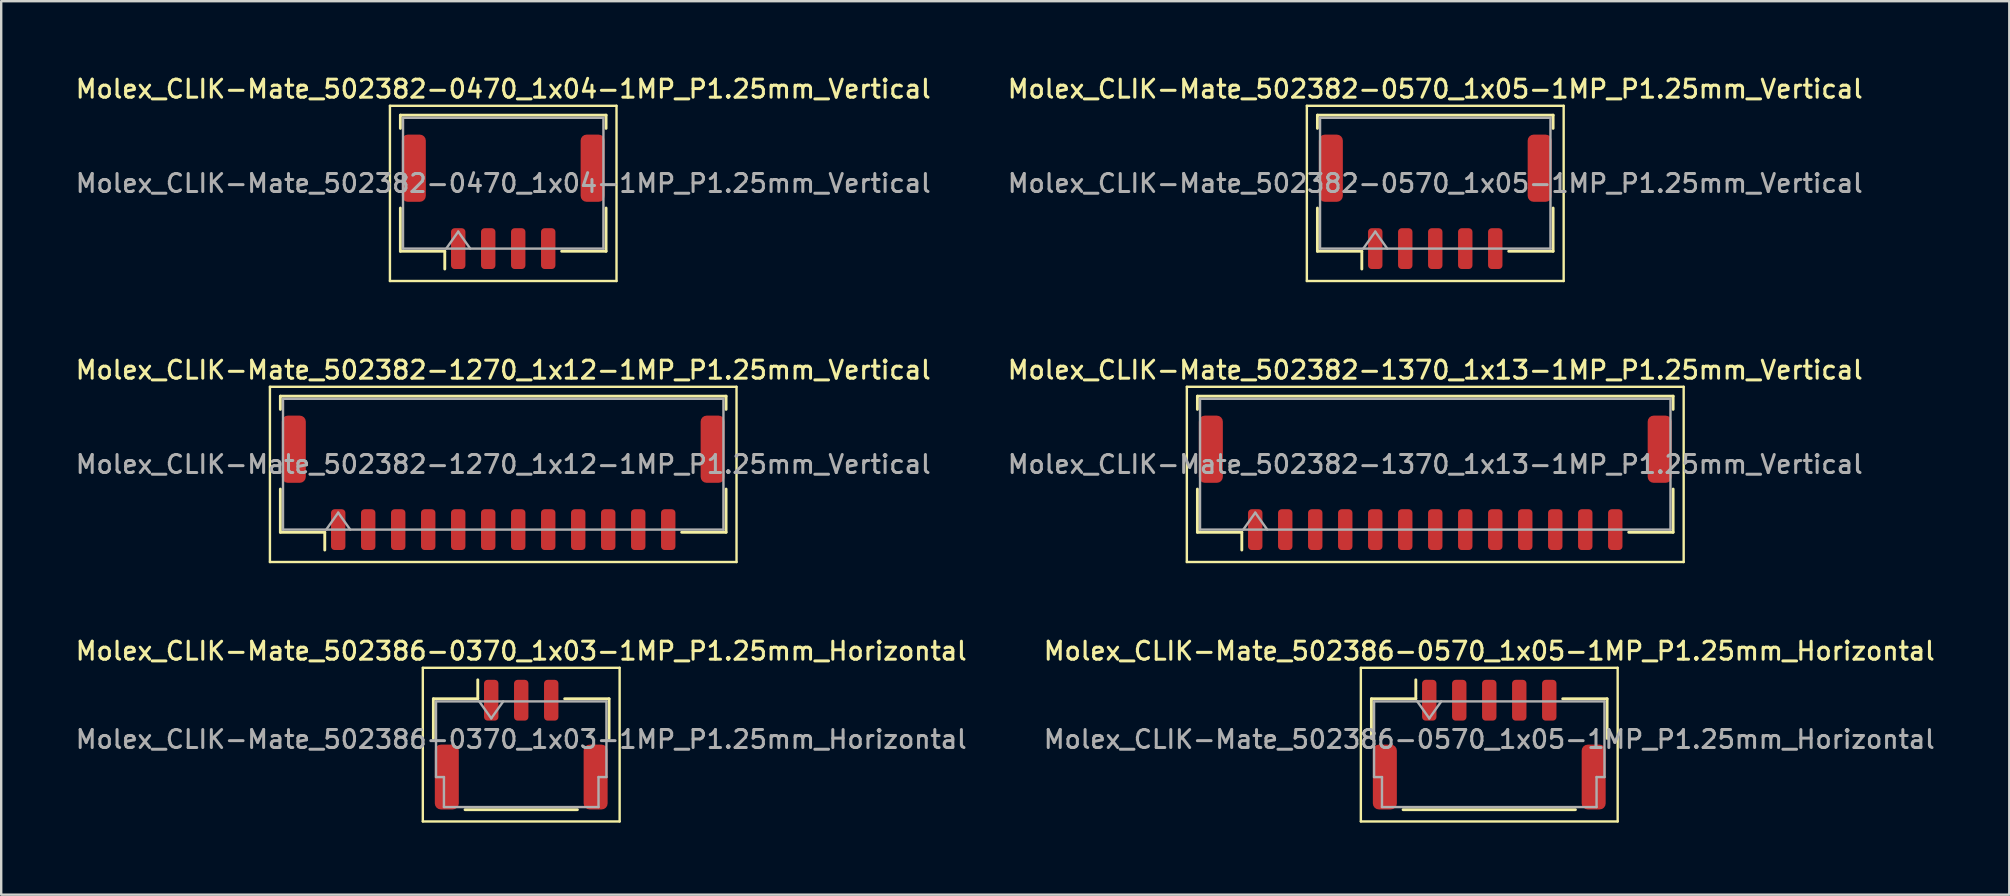
<source format=kicad_pcb>
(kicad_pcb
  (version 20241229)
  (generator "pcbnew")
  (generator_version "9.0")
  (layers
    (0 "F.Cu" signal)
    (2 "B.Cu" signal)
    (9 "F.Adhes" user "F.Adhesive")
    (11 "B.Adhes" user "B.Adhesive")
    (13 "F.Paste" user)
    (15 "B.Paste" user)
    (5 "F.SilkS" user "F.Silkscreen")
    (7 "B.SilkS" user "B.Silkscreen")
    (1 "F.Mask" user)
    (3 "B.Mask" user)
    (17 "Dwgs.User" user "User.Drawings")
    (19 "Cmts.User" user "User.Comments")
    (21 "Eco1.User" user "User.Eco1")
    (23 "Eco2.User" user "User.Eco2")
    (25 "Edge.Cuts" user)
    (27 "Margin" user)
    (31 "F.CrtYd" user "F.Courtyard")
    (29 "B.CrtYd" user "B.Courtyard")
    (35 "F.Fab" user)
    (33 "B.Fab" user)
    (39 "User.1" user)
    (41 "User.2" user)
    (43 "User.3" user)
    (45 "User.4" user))
  (footprint "Molex_CLIK-Mate_502382-1370_1x13-1MP_P1.25mm_Vertical"
    (layer "F.Cu")
    (at 56.748 17.066)
    (property "Reference" "Molex_CLIK-Mate_502382-1370_1x13-1MP_P1.25mm_Vertical" (at 0 -4.7 0) (layer "F.SilkS") (effects (font (size 0.75 0.75) (thickness 0.125))))
    (attr smd)
    (fp_line (start -10.35 -4) (end -10.35 3.3) (stroke (width 0.1) (type solid)) (layer "F.SilkS"))
    (fp_line (start -10.35 3.3) (end 10.35 3.3) (stroke (width 0.1) (type solid)) (layer "F.SilkS"))
    (fp_line (start -9.91 -3.61) (end 9.91 -3.61) (stroke (width 0.12) (type solid)) (layer "F.SilkS"))
    (fp_line (start -9.91 -3.06) (end -9.91 -3.61) (stroke (width 0.12) (type solid)) (layer "F.SilkS"))
    (fp_line (start -9.91 0.26) (end -9.91 2.06) (stroke (width 0.12) (type solid)) (layer "F.SilkS"))
    (fp_line (start -9.91 2.06) (end -8.06 2.06) (stroke (width 0.12) (type solid)) (layer "F.SilkS"))
    (fp_line (start -8.06 2.06) (end -8.06 2.8) (stroke (width 0.12) (type solid)) (layer "F.SilkS"))
    (fp_line (start 9.91 -3.61) (end 9.91 -3.06) (stroke (width 0.12) (type solid)) (layer "F.SilkS"))
    (fp_line (start 9.91 0.26) (end 9.91 2.06) (stroke (width 0.12) (type solid)) (layer "F.SilkS"))
    (fp_line (start 9.91 2.06) (end 8.06 2.06) (stroke (width 0.12) (type solid)) (layer "F.SilkS"))
    (fp_line (start 10.35 -4) (end -10.35 -4) (stroke (width 0.1) (type solid)) (layer "F.SilkS"))
    (fp_line (start 10.35 3.3) (end 10.35 -4) (stroke (width 0.1) (type solid)) (layer "F.SilkS"))
    (fp_line (start -9.8 -3.5) (end 9.8 -3.5) (stroke (width 0.1) (type solid)) (layer "F.Fab"))
    (fp_line (start -9.8 1.95) (end -9.8 -3.5) (stroke (width 0.1) (type solid)) (layer "F.Fab"))
    (fp_line (start -9.8 1.95) (end 9.8 1.95) (stroke (width 0.1) (type solid)) (layer "F.Fab"))
    (fp_line (start -8 1.95) (end -7.5 1.243) (stroke (width 0.1) (type solid)) (layer "F.Fab"))
    (fp_line (start -7.5 1.243) (end -7 1.95) (stroke (width 0.1) (type solid)) (layer "F.Fab"))
    (fp_line (start 9.8 1.95) (end 9.8 -3.5) (stroke (width 0.1) (type solid)) (layer "F.Fab"))
    (fp_text user "${REFERENCE}" (at 0 -0.77 0) (layer "F.Fab") (effects (font (size 0.75 0.75) (thickness 0.125))))
    (pad "1" smd roundrect (at -7.5 1.95) (size 0.6 1.7) (layers "F.Cu" "F.Mask" "F.Paste") (roundrect_rratio 0.25))
    (pad "2" smd roundrect (at -6.25 1.95) (size 0.6 1.7) (layers "F.Cu" "F.Mask" "F.Paste") (roundrect_rratio 0.25))
    (pad "3" smd roundrect (at -5 1.95) (size 0.6 1.7) (layers "F.Cu" "F.Mask" "F.Paste") (roundrect_rratio 0.25))
    (pad "4" smd roundrect (at -3.75 1.95) (size 0.6 1.7) (layers "F.Cu" "F.Mask" "F.Paste") (roundrect_rratio 0.25))
    (pad "5" smd roundrect (at -2.5 1.95) (size 0.6 1.7) (layers "F.Cu" "F.Mask" "F.Paste") (roundrect_rratio 0.25))
    (pad "6" smd roundrect (at -1.25 1.95) (size 0.6 1.7) (layers "F.Cu" "F.Mask" "F.Paste") (roundrect_rratio 0.25))
    (pad "7" smd roundrect (at 0 1.95) (size 0.6 1.7) (layers "F.Cu" "F.Mask" "F.Paste") (roundrect_rratio 0.25))
    (pad "8" smd roundrect (at 1.25 1.95) (size 0.6 1.7) (layers "F.Cu" "F.Mask" "F.Paste") (roundrect_rratio 0.25))
    (pad "9" smd roundrect (at 2.5 1.95) (size 0.6 1.7) (layers "F.Cu" "F.Mask" "F.Paste") (roundrect_rratio 0.25))
    (pad "10" smd roundrect (at 3.75 1.95) (size 0.6 1.7) (layers "F.Cu" "F.Mask" "F.Paste") (roundrect_rratio 0.25))
    (pad "11" smd roundrect (at 5 1.95) (size 0.6 1.7) (layers "F.Cu" "F.Mask" "F.Paste") (roundrect_rratio 0.25))
    (pad "12" smd roundrect (at 6.25 1.95) (size 0.6 1.7) (layers "F.Cu" "F.Mask" "F.Paste") (roundrect_rratio 0.25))
    (pad "13" smd roundrect (at 7.5 1.95) (size 0.6 1.7) (layers "F.Cu" "F.Mask" "F.Paste") (roundrect_rratio 0.25))
    (pad "MP" smd roundrect (at -9.35 -1.4) (size 1 2.8) (layers "F.Cu" "F.Mask" "F.Paste") (roundrect_rratio 0.25))
    (pad "MP" smd roundrect (at 9.35 -1.4) (size 1 2.8) (layers "F.Cu" "F.Mask" "F.Paste") (roundrect_rratio 0.25)))
  (footprint "Molex_CLIK-Mate_502382-0570_1x05-1MP_P1.25mm_Vertical"
    (layer "F.Cu")
    (at 56.748 5.358)
    (property "Reference" "Molex_CLIK-Mate_502382-0570_1x05-1MP_P1.25mm_Vertical" (at 0 -4.7 0) (layer "F.SilkS") (effects (font (size 0.75 0.75) (thickness 0.125))))
    (attr smd)
    (fp_line (start -5.35 -4) (end -5.35 3.3) (stroke (width 0.1) (type solid)) (layer "F.SilkS"))
    (fp_line (start -5.35 3.3) (end 5.35 3.3) (stroke (width 0.1) (type solid)) (layer "F.SilkS"))
    (fp_line (start -4.91 -3.61) (end 4.91 -3.61) (stroke (width 0.12) (type solid)) (layer "F.SilkS"))
    (fp_line (start -4.91 -3.06) (end -4.91 -3.61) (stroke (width 0.12) (type solid)) (layer "F.SilkS"))
    (fp_line (start -4.91 0.26) (end -4.91 2.06) (stroke (width 0.12) (type solid)) (layer "F.SilkS"))
    (fp_line (start -4.91 2.06) (end -3.06 2.06) (stroke (width 0.12) (type solid)) (layer "F.SilkS"))
    (fp_line (start -3.06 2.06) (end -3.06 2.8) (stroke (width 0.12) (type solid)) (layer "F.SilkS"))
    (fp_line (start 4.91 -3.61) (end 4.91 -3.06) (stroke (width 0.12) (type solid)) (layer "F.SilkS"))
    (fp_line (start 4.91 0.26) (end 4.91 2.06) (stroke (width 0.12) (type solid)) (layer "F.SilkS"))
    (fp_line (start 4.91 2.06) (end 3.06 2.06) (stroke (width 0.12) (type solid)) (layer "F.SilkS"))
    (fp_line (start 5.35 -4) (end -5.35 -4) (stroke (width 0.1) (type solid)) (layer "F.SilkS"))
    (fp_line (start 5.35 3.3) (end 5.35 -4) (stroke (width 0.1) (type solid)) (layer "F.SilkS"))
    (fp_line (start -4.8 -3.5) (end 4.8 -3.5) (stroke (width 0.1) (type solid)) (layer "F.Fab"))
    (fp_line (start -4.8 1.95) (end -4.8 -3.5) (stroke (width 0.1) (type solid)) (layer "F.Fab"))
    (fp_line (start -4.8 1.95) (end 4.8 1.95) (stroke (width 0.1) (type solid)) (layer "F.Fab"))
    (fp_line (start -3 1.95) (end -2.5 1.243) (stroke (width 0.1) (type solid)) (layer "F.Fab"))
    (fp_line (start -2.5 1.243) (end -2 1.95) (stroke (width 0.1) (type solid)) (layer "F.Fab"))
    (fp_line (start 4.8 1.95) (end 4.8 -3.5) (stroke (width 0.1) (type solid)) (layer "F.Fab"))
    (fp_text user "${REFERENCE}" (at 0 -0.77 0) (layer "F.Fab") (effects (font (size 0.75 0.75) (thickness 0.125))))
    (pad "1" smd roundrect (at -2.5 1.95) (size 0.6 1.7) (layers "F.Cu" "F.Mask" "F.Paste") (roundrect_rratio 0.25))
    (pad "2" smd roundrect (at -1.25 1.95) (size 0.6 1.7) (layers "F.Cu" "F.Mask" "F.Paste") (roundrect_rratio 0.25))
    (pad "3" smd roundrect (at 0 1.95) (size 0.6 1.7) (layers "F.Cu" "F.Mask" "F.Paste") (roundrect_rratio 0.25))
    (pad "4" smd roundrect (at 1.25 1.95) (size 0.6 1.7) (layers "F.Cu" "F.Mask" "F.Paste") (roundrect_rratio 0.25))
    (pad "5" smd roundrect (at 2.5 1.95) (size 0.6 1.7) (layers "F.Cu" "F.Mask" "F.Paste") (roundrect_rratio 0.25))
    (pad "MP" smd roundrect (at -4.35 -1.4) (size 1 2.8) (layers "F.Cu" "F.Mask" "F.Paste") (roundrect_rratio 0.25))
    (pad "MP" smd roundrect (at 4.35 -1.4) (size 1 2.8) (layers "F.Cu" "F.Mask" "F.Paste") (roundrect_rratio 0.25)))
  (footprint "Molex_CLIK-Mate_502386-0570_1x05-1MP_P1.25mm_Horizontal"
    (layer "F.Cu")
    (at 58.998 27.974)
    (property "Reference" "Molex_CLIK-Mate_502386-0570_1x05-1MP_P1.25mm_Horizontal" (at 0 -3.9 0) (layer "F.SilkS") (effects (font (size 0.75 0.75) (thickness 0.125))))
    (attr smd)
    (fp_line (start -5.35 -3.2) (end -5.35 3.2) (stroke (width 0.1) (type solid)) (layer "F.SilkS"))
    (fp_line (start -5.35 3.2) (end 5.35 3.2) (stroke (width 0.1) (type solid)) (layer "F.SilkS"))
    (fp_line (start -4.91 -1.91) (end -3.06 -1.91) (stroke (width 0.12) (type solid)) (layer "F.SilkS"))
    (fp_line (start -4.91 -0.26) (end -4.91 -1.91) (stroke (width 0.12) (type solid)) (layer "F.SilkS"))
    (fp_line (start -3.59 2.71) (end 3.59 2.71) (stroke (width 0.12) (type solid)) (layer "F.SilkS"))
    (fp_line (start -3.06 -1.91) (end -3.06 -2.7) (stroke (width 0.12) (type solid)) (layer "F.SilkS"))
    (fp_line (start 4.91 -1.91) (end 3.06 -1.91) (stroke (width 0.12) (type solid)) (layer "F.SilkS"))
    (fp_line (start 4.91 -0.26) (end 4.91 -1.91) (stroke (width 0.12) (type solid)) (layer "F.SilkS"))
    (fp_line (start 5.35 -3.2) (end -5.35 -3.2) (stroke (width 0.1) (type solid)) (layer "F.SilkS"))
    (fp_line (start 5.35 3.2) (end 5.35 -3.2) (stroke (width 0.1) (type solid)) (layer "F.SilkS"))
    (fp_line (start -4.8 -1.8) (end -4.8 1.35) (stroke (width 0.1) (type solid)) (layer "F.Fab"))
    (fp_line (start -4.8 -1.8) (end 4.8 -1.8) (stroke (width 0.1) (type solid)) (layer "F.Fab"))
    (fp_line (start -4.8 1.35) (end -4.47 1.35) (stroke (width 0.1) (type solid)) (layer "F.Fab"))
    (fp_line (start -4.47 1.35) (end -4.47 2.6) (stroke (width 0.1) (type solid)) (layer "F.Fab"))
    (fp_line (start -4.47 2.6) (end 4.47 2.6) (stroke (width 0.1) (type solid)) (layer "F.Fab"))
    (fp_line (start -3 -1.8) (end -2.5 -1.093) (stroke (width 0.1) (type solid)) (layer "F.Fab"))
    (fp_line (start -2.5 -1.093) (end -2 -1.8) (stroke (width 0.1) (type solid)) (layer "F.Fab"))
    (fp_line (start 4.47 1.35) (end 4.8 1.35) (stroke (width 0.1) (type solid)) (layer "F.Fab"))
    (fp_line (start 4.47 2.6) (end 4.47 1.35) (stroke (width 0.1) (type solid)) (layer "F.Fab"))
    (fp_line (start 4.8 -1.8) (end 4.8 1.35) (stroke (width 0.1) (type solid)) (layer "F.Fab"))
    (fp_text user "${REFERENCE}" (at 0 -0.22 0) (layer "F.Fab") (effects (font (size 0.75 0.75) (thickness 0.125))))
    (pad "1" smd roundrect (at -2.5 -1.85) (size 0.6 1.7) (layers "F.Cu" "F.Mask" "F.Paste") (roundrect_rratio 0.25))
    (pad "2" smd roundrect (at -1.25 -1.85) (size 0.6 1.7) (layers "F.Cu" "F.Mask" "F.Paste") (roundrect_rratio 0.25))
    (pad "3" smd roundrect (at 0 -1.85) (size 0.6 1.7) (layers "F.Cu" "F.Mask" "F.Paste") (roundrect_rratio 0.25))
    (pad "4" smd roundrect (at 1.25 -1.85) (size 0.6 1.7) (layers "F.Cu" "F.Mask" "F.Paste") (roundrect_rratio 0.25))
    (pad "5" smd roundrect (at 2.5 -1.85) (size 0.6 1.7) (layers "F.Cu" "F.Mask" "F.Paste") (roundrect_rratio 0.25))
    (pad "MP" smd roundrect (at -4.35 1.35) (size 1 2.7) (layers "F.Cu" "F.Mask" "F.Paste") (roundrect_rratio 0.25))
    (pad "MP" smd roundrect (at 4.35 1.35) (size 1 2.7) (layers "F.Cu" "F.Mask" "F.Paste") (roundrect_rratio 0.25)))
  (footprint "Molex_CLIK-Mate_502382-1270_1x12-1MP_P1.25mm_Vertical"
    (layer "F.Cu")
    (at 17.916 17.066)
    (property "Reference" "Molex_CLIK-Mate_502382-1270_1x12-1MP_P1.25mm_Vertical" (at 0 -4.7 0) (layer "F.SilkS") (effects (font (size 0.75 0.75) (thickness 0.125))))
    (attr smd)
    (fp_line (start -9.72 -4) (end -9.72 3.3) (stroke (width 0.1) (type solid)) (layer "F.SilkS"))
    (fp_line (start -9.72 3.3) (end 9.72 3.3) (stroke (width 0.1) (type solid)) (layer "F.SilkS"))
    (fp_line (start -9.285 -3.61) (end 9.285 -3.61) (stroke (width 0.12) (type solid)) (layer "F.SilkS"))
    (fp_line (start -9.285 -3.06) (end -9.285 -3.61) (stroke (width 0.12) (type solid)) (layer "F.SilkS"))
    (fp_line (start -9.285 0.26) (end -9.285 2.06) (stroke (width 0.12) (type solid)) (layer "F.SilkS"))
    (fp_line (start -9.285 2.06) (end -7.435 2.06) (stroke (width 0.12) (type solid)) (layer "F.SilkS"))
    (fp_line (start -7.435 2.06) (end -7.435 2.8) (stroke (width 0.12) (type solid)) (layer "F.SilkS"))
    (fp_line (start 9.285 -3.61) (end 9.285 -3.06) (stroke (width 0.12) (type solid)) (layer "F.SilkS"))
    (fp_line (start 9.285 0.26) (end 9.285 2.06) (stroke (width 0.12) (type solid)) (layer "F.SilkS"))
    (fp_line (start 9.285 2.06) (end 7.435 2.06) (stroke (width 0.12) (type solid)) (layer "F.SilkS"))
    (fp_line (start 9.72 -4) (end -9.72 -4) (stroke (width 0.1) (type solid)) (layer "F.SilkS"))
    (fp_line (start 9.72 3.3) (end 9.72 -4) (stroke (width 0.1) (type solid)) (layer "F.SilkS"))
    (fp_line (start -9.175 -3.5) (end 9.175 -3.5) (stroke (width 0.1) (type solid)) (layer "F.Fab"))
    (fp_line (start -9.175 1.95) (end -9.175 -3.5) (stroke (width 0.1) (type solid)) (layer "F.Fab"))
    (fp_line (start -9.175 1.95) (end 9.175 1.95) (stroke (width 0.1) (type solid)) (layer "F.Fab"))
    (fp_line (start -7.375 1.95) (end -6.875 1.243) (stroke (width 0.1) (type solid)) (layer "F.Fab"))
    (fp_line (start -6.875 1.243) (end -6.375 1.95) (stroke (width 0.1) (type solid)) (layer "F.Fab"))
    (fp_line (start 9.175 1.95) (end 9.175 -3.5) (stroke (width 0.1) (type solid)) (layer "F.Fab"))
    (fp_text user "${REFERENCE}" (at 0 -0.77 0) (layer "F.Fab") (effects (font (size 0.75 0.75) (thickness 0.125))))
    (pad "1" smd roundrect (at -6.875 1.95) (size 0.6 1.7) (layers "F.Cu" "F.Mask" "F.Paste") (roundrect_rratio 0.25))
    (pad "2" smd roundrect (at -5.625 1.95) (size 0.6 1.7) (layers "F.Cu" "F.Mask" "F.Paste") (roundrect_rratio 0.25))
    (pad "3" smd roundrect (at -4.375 1.95) (size 0.6 1.7) (layers "F.Cu" "F.Mask" "F.Paste") (roundrect_rratio 0.25))
    (pad "4" smd roundrect (at -3.125 1.95) (size 0.6 1.7) (layers "F.Cu" "F.Mask" "F.Paste") (roundrect_rratio 0.25))
    (pad "5" smd roundrect (at -1.875 1.95) (size 0.6 1.7) (layers "F.Cu" "F.Mask" "F.Paste") (roundrect_rratio 0.25))
    (pad "6" smd roundrect (at -0.625 1.95) (size 0.6 1.7) (layers "F.Cu" "F.Mask" "F.Paste") (roundrect_rratio 0.25))
    (pad "7" smd roundrect (at 0.625 1.95) (size 0.6 1.7) (layers "F.Cu" "F.Mask" "F.Paste") (roundrect_rratio 0.25))
    (pad "8" smd roundrect (at 1.875 1.95) (size 0.6 1.7) (layers "F.Cu" "F.Mask" "F.Paste") (roundrect_rratio 0.25))
    (pad "9" smd roundrect (at 3.125 1.95) (size 0.6 1.7) (layers "F.Cu" "F.Mask" "F.Paste") (roundrect_rratio 0.25))
    (pad "10" smd roundrect (at 4.375 1.95) (size 0.6 1.7) (layers "F.Cu" "F.Mask" "F.Paste") (roundrect_rratio 0.25))
    (pad "11" smd roundrect (at 5.625 1.95) (size 0.6 1.7) (layers "F.Cu" "F.Mask" "F.Paste") (roundrect_rratio 0.25))
    (pad "12" smd roundrect (at 6.875 1.95) (size 0.6 1.7) (layers "F.Cu" "F.Mask" "F.Paste") (roundrect_rratio 0.25))
    (pad "MP" smd roundrect (at -8.725 -1.4) (size 1 2.8) (layers "F.Cu" "F.Mask" "F.Paste") (roundrect_rratio 0.25))
    (pad "MP" smd roundrect (at 8.725 -1.4) (size 1 2.8) (layers "F.Cu" "F.Mask" "F.Paste") (roundrect_rratio 0.25)))
  (footprint "Molex_CLIK-Mate_502382-0470_1x04-1MP_P1.25mm_Vertical"
    (layer "F.Cu")
    (at 17.916 5.358)
    (property "Reference" "Molex_CLIK-Mate_502382-0470_1x04-1MP_P1.25mm_Vertical" (at 0 -4.7 0) (layer "F.SilkS") (effects (font (size 0.75 0.75) (thickness 0.125))))
    (attr smd)
    (fp_line (start -4.72 -4) (end -4.72 3.3) (stroke (width 0.1) (type solid)) (layer "F.SilkS"))
    (fp_line (start -4.72 3.3) (end 4.72 3.3) (stroke (width 0.1) (type solid)) (layer "F.SilkS"))
    (fp_line (start -4.285 -3.61) (end 4.285 -3.61) (stroke (width 0.12) (type solid)) (layer "F.SilkS"))
    (fp_line (start -4.285 -3.06) (end -4.285 -3.61) (stroke (width 0.12) (type solid)) (layer "F.SilkS"))
    (fp_line (start -4.285 0.26) (end -4.285 2.06) (stroke (width 0.12) (type solid)) (layer "F.SilkS"))
    (fp_line (start -4.285 2.06) (end -2.435 2.06) (stroke (width 0.12) (type solid)) (layer "F.SilkS"))
    (fp_line (start -2.435 2.06) (end -2.435 2.8) (stroke (width 0.12) (type solid)) (layer "F.SilkS"))
    (fp_line (start 4.285 -3.61) (end 4.285 -3.06) (stroke (width 0.12) (type solid)) (layer "F.SilkS"))
    (fp_line (start 4.285 0.26) (end 4.285 2.06) (stroke (width 0.12) (type solid)) (layer "F.SilkS"))
    (fp_line (start 4.285 2.06) (end 2.435 2.06) (stroke (width 0.12) (type solid)) (layer "F.SilkS"))
    (fp_line (start 4.72 -4) (end -4.72 -4) (stroke (width 0.1) (type solid)) (layer "F.SilkS"))
    (fp_line (start 4.72 3.3) (end 4.72 -4) (stroke (width 0.1) (type solid)) (layer "F.SilkS"))
    (fp_line (start -4.175 -3.5) (end 4.175 -3.5) (stroke (width 0.1) (type solid)) (layer "F.Fab"))
    (fp_line (start -4.175 1.95) (end -4.175 -3.5) (stroke (width 0.1) (type solid)) (layer "F.Fab"))
    (fp_line (start -4.175 1.95) (end 4.175 1.95) (stroke (width 0.1) (type solid)) (layer "F.Fab"))
    (fp_line (start -2.375 1.95) (end -1.875 1.243) (stroke (width 0.1) (type solid)) (layer "F.Fab"))
    (fp_line (start -1.875 1.243) (end -1.375 1.95) (stroke (width 0.1) (type solid)) (layer "F.Fab"))
    (fp_line (start 4.175 1.95) (end 4.175 -3.5) (stroke (width 0.1) (type solid)) (layer "F.Fab"))
    (fp_text user "${REFERENCE}" (at 0 -0.77 0) (layer "F.Fab") (effects (font (size 0.75 0.75) (thickness 0.125))))
    (pad "1" smd roundrect (at -1.875 1.95) (size 0.6 1.7) (layers "F.Cu" "F.Mask" "F.Paste") (roundrect_rratio 0.25))
    (pad "2" smd roundrect (at -0.625 1.95) (size 0.6 1.7) (layers "F.Cu" "F.Mask" "F.Paste") (roundrect_rratio 0.25))
    (pad "3" smd roundrect (at 0.625 1.95) (size 0.6 1.7) (layers "F.Cu" "F.Mask" "F.Paste") (roundrect_rratio 0.25))
    (pad "4" smd roundrect (at 1.875 1.95) (size 0.6 1.7) (layers "F.Cu" "F.Mask" "F.Paste") (roundrect_rratio 0.25))
    (pad "MP" smd roundrect (at -3.725 -1.4) (size 1 2.8) (layers "F.Cu" "F.Mask" "F.Paste") (roundrect_rratio 0.25))
    (pad "MP" smd roundrect (at 3.725 -1.4) (size 1 2.8) (layers "F.Cu" "F.Mask" "F.Paste") (roundrect_rratio 0.25)))
  (footprint "Molex_CLIK-Mate_502386-0370_1x03-1MP_P1.25mm_Horizontal"
    (layer "F.Cu")
    (at 18.666 27.974)
    (property "Reference" "Molex_CLIK-Mate_502386-0370_1x03-1MP_P1.25mm_Horizontal" (at 0 -3.9 0) (layer "F.SilkS") (effects (font (size 0.75 0.75) (thickness 0.125))))
    (attr smd)
    (fp_line (start -4.1 -3.2) (end -4.1 3.2) (stroke (width 0.1) (type solid)) (layer "F.SilkS"))
    (fp_line (start -4.1 3.2) (end 4.1 3.2) (stroke (width 0.1) (type solid)) (layer "F.SilkS"))
    (fp_line (start -3.66 -1.91) (end -1.81 -1.91) (stroke (width 0.12) (type solid)) (layer "F.SilkS"))
    (fp_line (start -3.66 -0.26) (end -3.66 -1.91) (stroke (width 0.12) (type solid)) (layer "F.SilkS"))
    (fp_line (start -2.34 2.71) (end 2.34 2.71) (stroke (width 0.12) (type solid)) (layer "F.SilkS"))
    (fp_line (start -1.81 -1.91) (end -1.81 -2.7) (stroke (width 0.12) (type solid)) (layer "F.SilkS"))
    (fp_line (start 3.66 -1.91) (end 1.81 -1.91) (stroke (width 0.12) (type solid)) (layer "F.SilkS"))
    (fp_line (start 3.66 -0.26) (end 3.66 -1.91) (stroke (width 0.12) (type solid)) (layer "F.SilkS"))
    (fp_line (start 4.1 -3.2) (end -4.1 -3.2) (stroke (width 0.1) (type solid)) (layer "F.SilkS"))
    (fp_line (start 4.1 3.2) (end 4.1 -3.2) (stroke (width 0.1) (type solid)) (layer "F.SilkS"))
    (fp_line (start -3.55 -1.8) (end -3.55 1.35) (stroke (width 0.1) (type solid)) (layer "F.Fab"))
    (fp_line (start -3.55 -1.8) (end 3.55 -1.8) (stroke (width 0.1) (type solid)) (layer "F.Fab"))
    (fp_line (start -3.55 1.35) (end -3.22 1.35) (stroke (width 0.1) (type solid)) (layer "F.Fab"))
    (fp_line (start -3.22 1.35) (end -3.22 2.6) (stroke (width 0.1) (type solid)) (layer "F.Fab"))
    (fp_line (start -3.22 2.6) (end 3.22 2.6) (stroke (width 0.1) (type solid)) (layer "F.Fab"))
    (fp_line (start -1.75 -1.8) (end -1.25 -1.093) (stroke (width 0.1) (type solid)) (layer "F.Fab"))
    (fp_line (start -1.25 -1.093) (end -0.75 -1.8) (stroke (width 0.1) (type solid)) (layer "F.Fab"))
    (fp_line (start 3.22 1.35) (end 3.55 1.35) (stroke (width 0.1) (type solid)) (layer "F.Fab"))
    (fp_line (start 3.22 2.6) (end 3.22 1.35) (stroke (width 0.1) (type solid)) (layer "F.Fab"))
    (fp_line (start 3.55 -1.8) (end 3.55 1.35) (stroke (width 0.1) (type solid)) (layer "F.Fab"))
    (fp_text user "${REFERENCE}" (at 0 -0.22 0) (layer "F.Fab") (effects (font (size 0.75 0.75) (thickness 0.125))))
    (pad "1" smd roundrect (at -1.25 -1.85) (size 0.6 1.7) (layers "F.Cu" "F.Mask" "F.Paste") (roundrect_rratio 0.25))
    (pad "2" smd roundrect (at 0 -1.85) (size 0.6 1.7) (layers "F.Cu" "F.Mask" "F.Paste") (roundrect_rratio 0.25))
    (pad "3" smd roundrect (at 1.25 -1.85) (size 0.6 1.7) (layers "F.Cu" "F.Mask" "F.Paste") (roundrect_rratio 0.25))
    (pad "MP" smd roundrect (at -3.1 1.35) (size 1 2.7) (layers "F.Cu" "F.Mask" "F.Paste") (roundrect_rratio 0.25))
    (pad "MP" smd roundrect (at 3.1 1.35) (size 1 2.7) (layers "F.Cu" "F.Mask" "F.Paste") (roundrect_rratio 0.25)))
  (gr_rect
    (start -3 -3)
    (end 80.664 34.224)
    (stroke (width 0.1) (type default))
    (fill no)
    (layer "Edge.Cuts")))
</source>
